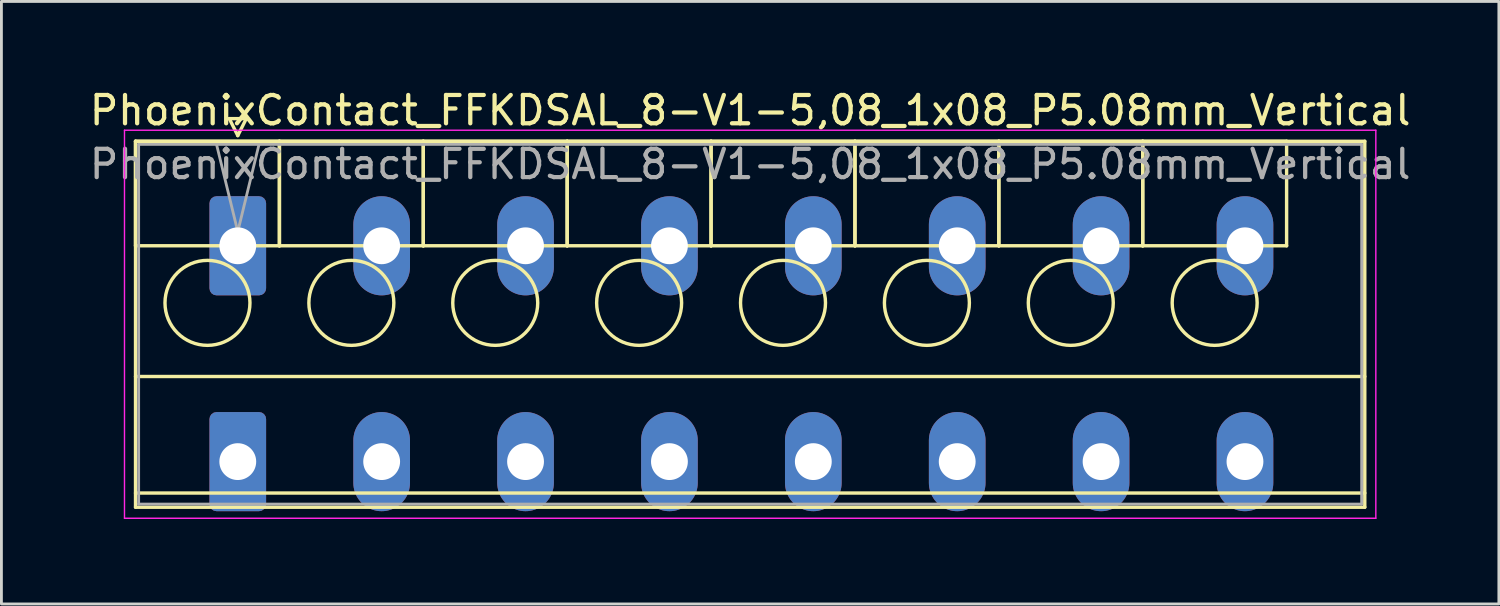
<source format=kicad_pcb>
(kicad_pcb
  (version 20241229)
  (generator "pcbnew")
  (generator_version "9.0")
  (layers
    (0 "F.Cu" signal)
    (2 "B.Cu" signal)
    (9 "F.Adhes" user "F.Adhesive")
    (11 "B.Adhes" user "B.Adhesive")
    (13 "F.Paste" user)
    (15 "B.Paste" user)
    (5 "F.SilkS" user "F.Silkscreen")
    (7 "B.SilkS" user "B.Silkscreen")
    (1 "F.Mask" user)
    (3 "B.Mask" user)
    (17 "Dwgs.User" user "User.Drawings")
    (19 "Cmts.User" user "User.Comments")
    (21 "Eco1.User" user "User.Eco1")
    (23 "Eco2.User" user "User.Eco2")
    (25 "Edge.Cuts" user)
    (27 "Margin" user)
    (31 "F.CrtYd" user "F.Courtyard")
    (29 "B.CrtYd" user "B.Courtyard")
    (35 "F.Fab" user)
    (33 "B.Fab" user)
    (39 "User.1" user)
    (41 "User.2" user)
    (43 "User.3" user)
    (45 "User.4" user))
  (footprint "PhoenixContact_FFKDSAL_8-V1-5,08_1x08_P5.08mm_Vertical"
    (layer "F.Cu")
    (at 5.345 5.628)
    (property "Reference" "PhoenixContact_FFKDSAL_8-V1-5,08_1x08_P5.08mm_Vertical" (at 18.09 -4.78 0) (layer "F.SilkS") (effects (font (size 1 1) (thickness 0.15))))
    (attr through_hole)
    (fp_line (start -3.61 -3.69) (end -3.61 0) (stroke (width 0.12) (type solid)) (layer "F.SilkS"))
    (fp_line (start -3.61 -3.69) (end -3.61 9.23) (stroke (width 0.12) (type solid)) (layer "F.SilkS"))
    (fp_line (start -3.61 0) (end 1.47 0) (stroke (width 0.12) (type solid)) (layer "F.SilkS"))
    (fp_line (start -3.61 4.615) (end 39.79 4.615) (stroke (width 0.12) (type solid)) (layer "F.SilkS"))
    (fp_line (start -3.61 8.73) (end 39.79 8.73) (stroke (width 0.12) (type solid)) (layer "F.SilkS"))
    (fp_line (start -3.61 9.23) (end 39.79 9.23) (stroke (width 0.12) (type solid)) (layer "F.SilkS"))
    (fp_line (start -0.3 -4.49) (end 0.3 -4.49) (stroke (width 0.12) (type solid)) (layer "F.SilkS"))
    (fp_line (start 0 -3.89) (end -0.3 -4.49) (stroke (width 0.12) (type solid)) (layer "F.SilkS"))
    (fp_line (start 0.3 -4.49) (end 0 -3.89) (stroke (width 0.12) (type solid)) (layer "F.SilkS"))
    (fp_line (start 1.47 -3.69) (end -3.61 -3.69) (stroke (width 0.12) (type solid)) (layer "F.SilkS"))
    (fp_line (start 1.47 -3.69) (end 1.47 0) (stroke (width 0.12) (type solid)) (layer "F.SilkS"))
    (fp_line (start 1.47 0) (end 1.47 -3.69) (stroke (width 0.12) (type solid)) (layer "F.SilkS"))
    (fp_line (start 1.47 0) (end 6.55 0) (stroke (width 0.12) (type solid)) (layer "F.SilkS"))
    (fp_line (start 6.55 -3.69) (end 1.47 -3.69) (stroke (width 0.12) (type solid)) (layer "F.SilkS"))
    (fp_line (start 6.55 -3.69) (end 6.55 0) (stroke (width 0.12) (type solid)) (layer "F.SilkS"))
    (fp_line (start 6.55 0) (end 6.55 -3.69) (stroke (width 0.12) (type solid)) (layer "F.SilkS"))
    (fp_line (start 6.55 0) (end 11.63 0) (stroke (width 0.12) (type solid)) (layer "F.SilkS"))
    (fp_line (start 11.63 -3.69) (end 6.55 -3.69) (stroke (width 0.12) (type solid)) (layer "F.SilkS"))
    (fp_line (start 11.63 -3.69) (end 11.63 0) (stroke (width 0.12) (type solid)) (layer "F.SilkS"))
    (fp_line (start 11.63 0) (end 11.63 -3.69) (stroke (width 0.12) (type solid)) (layer "F.SilkS"))
    (fp_line (start 11.63 0) (end 16.71 0) (stroke (width 0.12) (type solid)) (layer "F.SilkS"))
    (fp_line (start 16.71 -3.69) (end 11.63 -3.69) (stroke (width 0.12) (type solid)) (layer "F.SilkS"))
    (fp_line (start 16.71 -3.69) (end 16.71 0) (stroke (width 0.12) (type solid)) (layer "F.SilkS"))
    (fp_line (start 16.71 0) (end 16.71 -3.69) (stroke (width 0.12) (type solid)) (layer "F.SilkS"))
    (fp_line (start 16.71 0) (end 21.79 0) (stroke (width 0.12) (type solid)) (layer "F.SilkS"))
    (fp_line (start 21.79 -3.69) (end 16.71 -3.69) (stroke (width 0.12) (type solid)) (layer "F.SilkS"))
    (fp_line (start 21.79 -3.69) (end 21.79 0) (stroke (width 0.12) (type solid)) (layer "F.SilkS"))
    (fp_line (start 21.79 0) (end 21.79 -3.69) (stroke (width 0.12) (type solid)) (layer "F.SilkS"))
    (fp_line (start 21.79 0) (end 26.87 0) (stroke (width 0.12) (type solid)) (layer "F.SilkS"))
    (fp_line (start 26.87 -3.69) (end 21.79 -3.69) (stroke (width 0.12) (type solid)) (layer "F.SilkS"))
    (fp_line (start 26.87 -3.69) (end 26.87 0) (stroke (width 0.12) (type solid)) (layer "F.SilkS"))
    (fp_line (start 26.87 0) (end 26.87 -3.69) (stroke (width 0.12) (type solid)) (layer "F.SilkS"))
    (fp_line (start 26.87 0) (end 31.95 0) (stroke (width 0.12) (type solid)) (layer "F.SilkS"))
    (fp_line (start 31.95 -3.69) (end 26.87 -3.69) (stroke (width 0.12) (type solid)) (layer "F.SilkS"))
    (fp_line (start 31.95 -3.69) (end 31.95 0) (stroke (width 0.12) (type solid)) (layer "F.SilkS"))
    (fp_line (start 31.95 0) (end 31.95 -3.69) (stroke (width 0.12) (type solid)) (layer "F.SilkS"))
    (fp_line (start 31.95 0) (end 37.03 0) (stroke (width 0.12) (type solid)) (layer "F.SilkS"))
    (fp_line (start 37.03 -3.69) (end 31.95 -3.69) (stroke (width 0.12) (type solid)) (layer "F.SilkS"))
    (fp_line (start 37.03 0) (end 37.03 -3.69) (stroke (width 0.12) (type solid)) (layer "F.SilkS"))
    (fp_line (start 39.79 -3.69) (end -3.61 -3.69) (stroke (width 0.12) (type solid)) (layer "F.SilkS"))
    (fp_line (start 39.79 9.23) (end 39.79 -3.69) (stroke (width 0.12) (type solid)) (layer "F.SilkS"))
    (fp_circle (center -1.07 2.015) (end 0.43 2.015) (stroke (width 0.12) (type solid)) (fill no) (layer "F.SilkS"))
    (fp_circle (center 4.01 2.015) (end 5.51 2.015) (stroke (width 0.12) (type solid)) (fill no) (layer "F.SilkS"))
    (fp_circle (center 9.09 2.015) (end 10.59 2.015) (stroke (width 0.12) (type solid)) (fill no) (layer "F.SilkS"))
    (fp_circle (center 14.17 2.015) (end 15.67 2.015) (stroke (width 0.12) (type solid)) (fill no) (layer "F.SilkS"))
    (fp_circle (center 19.25 2.015) (end 20.75 2.015) (stroke (width 0.12) (type solid)) (fill no) (layer "F.SilkS"))
    (fp_circle (center 24.33 2.015) (end 25.83 2.015) (stroke (width 0.12) (type solid)) (fill no) (layer "F.SilkS"))
    (fp_circle (center 29.41 2.015) (end 30.91 2.015) (stroke (width 0.12) (type solid)) (fill no) (layer "F.SilkS"))
    (fp_circle (center 34.49 2.015) (end 35.99 2.015) (stroke (width 0.12) (type solid)) (fill no) (layer "F.SilkS"))
    (fp_line (start -4 -4.08) (end -4 9.62) (stroke (width 0.05) (type solid)) (layer "F.CrtYd"))
    (fp_line (start -4 9.62) (end 40.18 9.62) (stroke (width 0.05) (type solid)) (layer "F.CrtYd"))
    (fp_line (start 40.18 -4.08) (end -4 -4.08) (stroke (width 0.05) (type solid)) (layer "F.CrtYd"))
    (fp_line (start 40.18 9.62) (end 40.18 -4.08) (stroke (width 0.05) (type solid)) (layer "F.CrtYd"))
    (fp_line (start -3.5 -3.58) (end -3.5 9.12) (stroke (width 0.1) (type solid)) (layer "F.Fab"))
    (fp_line (start -3.5 9.12) (end 39.68 9.12) (stroke (width 0.1) (type solid)) (layer "F.Fab"))
    (fp_line (start 0 -0.5) (end -0.75 -3.58) (stroke (width 0.1) (type solid)) (layer "F.Fab"))
    (fp_line (start 0.75 -3.58) (end 0 -0.5) (stroke (width 0.1) (type solid)) (layer "F.Fab"))
    (fp_line (start 39.68 -3.58) (end -3.5 -3.58) (stroke (width 0.1) (type solid)) (layer "F.Fab"))
    (fp_line (start 39.68 9.12) (end 39.68 -3.58) (stroke (width 0.1) (type solid)) (layer "F.Fab"))
    (fp_text user "${REFERENCE}" (at 18.09 -2.88 0) (layer "F.Fab") (effects (font (size 1 1) (thickness 0.15))))
    (pad "1" thru_hole roundrect (at 0 0) (size 2 3.5) (drill 1.3) (layers "*.Cu" "*.Mask") (roundrect_rratio 0.125))
    (pad "1" thru_hole roundrect (at 0 7.62) (size 2 3.5) (drill 1.3) (layers "*.Cu" "*.Mask") (roundrect_rratio 0.125))
    (pad "2" thru_hole oval (at 5.08 0) (size 2 3.5) (drill 1.3) (layers "*.Cu" "*.Mask"))
    (pad "2" thru_hole oval (at 5.08 7.62) (size 2 3.5) (drill 1.3) (layers "*.Cu" "*.Mask"))
    (pad "3" thru_hole oval (at 10.16 0) (size 2 3.5) (drill 1.3) (layers "*.Cu" "*.Mask"))
    (pad "3" thru_hole oval (at 10.16 7.62) (size 2 3.5) (drill 1.3) (layers "*.Cu" "*.Mask"))
    (pad "4" thru_hole oval (at 15.24 0) (size 2 3.5) (drill 1.3) (layers "*.Cu" "*.Mask"))
    (pad "4" thru_hole oval (at 15.24 7.62) (size 2 3.5) (drill 1.3) (layers "*.Cu" "*.Mask"))
    (pad "5" thru_hole oval (at 20.32 0) (size 2 3.5) (drill 1.3) (layers "*.Cu" "*.Mask"))
    (pad "5" thru_hole oval (at 20.32 7.62) (size 2 3.5) (drill 1.3) (layers "*.Cu" "*.Mask"))
    (pad "6" thru_hole oval (at 25.4 0) (size 2 3.5) (drill 1.3) (layers "*.Cu" "*.Mask"))
    (pad "6" thru_hole oval (at 25.4 7.62) (size 2 3.5) (drill 1.3) (layers "*.Cu" "*.Mask"))
    (pad "7" thru_hole oval (at 30.48 0) (size 2 3.5) (drill 1.3) (layers "*.Cu" "*.Mask"))
    (pad "7" thru_hole oval (at 30.48 7.62) (size 2 3.5) (drill 1.3) (layers "*.Cu" "*.Mask"))
    (pad "8" thru_hole oval (at 35.56 0) (size 2 3.5) (drill 1.3) (layers "*.Cu" "*.Mask"))
    (pad "8" thru_hole oval (at 35.56 7.62) (size 2 3.5) (drill 1.3) (layers "*.Cu" "*.Mask")))
  (gr_rect
    (start -3 -3)
    (end 49.869 18.273)
    (stroke (width 0.1) (type default))
    (fill no)
    (layer "Edge.Cuts")))
</source>
